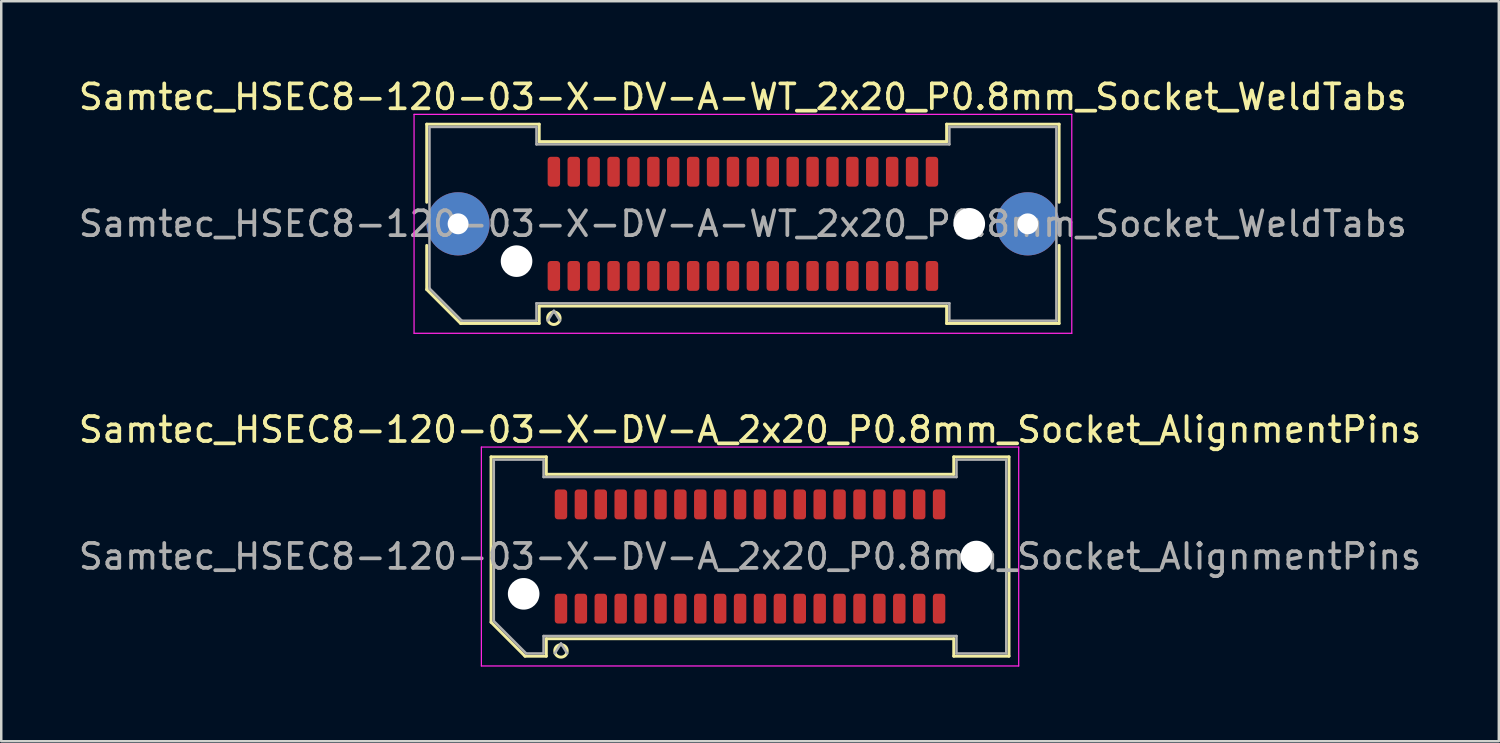
<source format=kicad_pcb>
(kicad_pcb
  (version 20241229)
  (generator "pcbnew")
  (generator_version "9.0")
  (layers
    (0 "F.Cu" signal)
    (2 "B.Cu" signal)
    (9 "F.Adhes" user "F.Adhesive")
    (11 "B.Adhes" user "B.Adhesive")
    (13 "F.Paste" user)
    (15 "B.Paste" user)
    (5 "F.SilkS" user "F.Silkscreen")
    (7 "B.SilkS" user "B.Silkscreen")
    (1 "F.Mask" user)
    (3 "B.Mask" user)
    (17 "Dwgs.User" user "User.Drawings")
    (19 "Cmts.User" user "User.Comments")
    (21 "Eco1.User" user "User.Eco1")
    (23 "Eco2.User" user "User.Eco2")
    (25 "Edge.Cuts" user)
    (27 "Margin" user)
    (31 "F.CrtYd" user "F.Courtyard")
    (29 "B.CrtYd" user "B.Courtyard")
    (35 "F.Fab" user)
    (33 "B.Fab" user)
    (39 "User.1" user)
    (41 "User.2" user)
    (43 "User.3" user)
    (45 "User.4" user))
  (footprint "Samtec_HSEC8-120-03-X-DV-A-WT_2x20_P0.8mm_Socket_WeldTabs"
    (layer "F.Cu")
    (at 26.815 5.948)
    (property "Reference" "Samtec_HSEC8-120-03-X-DV-A-WT_2x20_P0.8mm_Socket_WeldTabs" (at 0 -5.1 0) (layer "F.SilkS") (effects (font (size 1 1) (thickness 0.15))))
    (attr smd)
    (fp_line (start -12.71 -4.005) (end -8.19 -4.005) (stroke (width 0.12) (type solid)) (layer "F.SilkS"))
    (fp_line (start -12.71 -0.868) (end -12.71 -4.005) (stroke (width 0.12) (type solid)) (layer "F.SilkS"))
    (fp_line (start -12.71 2.641) (end -12.71 0.868) (stroke (width 0.12) (type solid)) (layer "F.SilkS"))
    (fp_line (start -11.346 4.005) (end -12.71 2.641) (stroke (width 0.12) (type solid)) (layer "F.SilkS"))
    (fp_line (start -8.19 -4.005) (end -8.19 -3.305) (stroke (width 0.12) (type solid)) (layer "F.SilkS"))
    (fp_line (start -8.19 -3.305) (end 8.19 -3.305) (stroke (width 0.12) (type solid)) (layer "F.SilkS"))
    (fp_line (start -8.19 3.305) (end -8.19 4.005) (stroke (width 0.12) (type solid)) (layer "F.SilkS"))
    (fp_line (start -8.19 4.005) (end -11.346 4.005) (stroke (width 0.12) (type solid)) (layer "F.SilkS"))
    (fp_line (start 8.19 -4.005) (end 12.71 -4.005) (stroke (width 0.12) (type solid)) (layer "F.SilkS"))
    (fp_line (start 8.19 -3.305) (end 8.19 -4.005) (stroke (width 0.12) (type solid)) (layer "F.SilkS"))
    (fp_line (start 8.19 3.305) (end -8.19 3.305) (stroke (width 0.12) (type solid)) (layer "F.SilkS"))
    (fp_line (start 8.19 4.005) (end 8.19 3.305) (stroke (width 0.12) (type solid)) (layer "F.SilkS"))
    (fp_line (start 12.71 -4.005) (end 12.71 -0.868) (stroke (width 0.12) (type solid)) (layer "F.SilkS"))
    (fp_line (start 12.71 0.868) (end 12.71 4.005) (stroke (width 0.12) (type solid)) (layer "F.SilkS"))
    (fp_line (start 12.71 4.005) (end 8.19 4.005) (stroke (width 0.12) (type solid)) (layer "F.SilkS"))
    (fp_arc (start -7.35 3.795) (mid -7.85 3.795) (end -7.35 3.795) (stroke (width 0.12) (type solid)) (layer "F.SilkS"))
    (fp_line (start -13.22 -4.4) (end -13.22 4.4) (stroke (width 0.05) (type solid)) (layer "F.CrtYd"))
    (fp_line (start -13.22 4.4) (end 13.22 4.4) (stroke (width 0.05) (type solid)) (layer "F.CrtYd"))
    (fp_line (start 13.22 -4.4) (end -13.22 -4.4) (stroke (width 0.05) (type solid)) (layer "F.CrtYd"))
    (fp_line (start 13.22 4.4) (end 13.22 -4.4) (stroke (width 0.05) (type solid)) (layer "F.CrtYd"))
    (fp_line (start -12.6 -3.895) (end -8.3 -3.895) (stroke (width 0.1) (type solid)) (layer "F.Fab"))
    (fp_line (start -12.6 2.595) (end -12.6 -3.895) (stroke (width 0.1) (type solid)) (layer "F.Fab"))
    (fp_line (start -11.3 3.895) (end -12.6 2.595) (stroke (width 0.1) (type solid)) (layer "F.Fab"))
    (fp_line (start -8.3 -3.895) (end -8.3 -3.195) (stroke (width 0.1) (type solid)) (layer "F.Fab"))
    (fp_line (start -8.3 -3.195) (end 8.3 -3.195) (stroke (width 0.1) (type solid)) (layer "F.Fab"))
    (fp_line (start -8.3 3.195) (end -8.3 3.895) (stroke (width 0.1) (type solid)) (layer "F.Fab"))
    (fp_line (start -8.3 3.895) (end -11.3 3.895) (stroke (width 0.1) (type solid)) (layer "F.Fab"))
    (fp_line (start -7.6 3.495) (end -7.85 3.895) (stroke (width 0.1) (type solid)) (layer "F.Fab"))
    (fp_line (start -7.6 3.495) (end -7.35 3.895) (stroke (width 0.1) (type solid)) (layer "F.Fab"))
    (fp_line (start 8.3 -3.895) (end 12.6 -3.895) (stroke (width 0.1) (type solid)) (layer "F.Fab"))
    (fp_line (start 8.3 -3.195) (end 8.3 -3.895) (stroke (width 0.1) (type solid)) (layer "F.Fab"))
    (fp_line (start 8.3 3.195) (end -8.3 3.195) (stroke (width 0.1) (type solid)) (layer "F.Fab"))
    (fp_line (start 8.3 3.895) (end 8.3 3.195) (stroke (width 0.1) (type solid)) (layer "F.Fab"))
    (fp_line (start 12.6 -3.895) (end 12.6 3.895) (stroke (width 0.1) (type solid)) (layer "F.Fab"))
    (fp_line (start 12.6 3.895) (end 8.3 3.895) (stroke (width 0.1) (type solid)) (layer "F.Fab"))
    (fp_text user "${REFERENCE}" (at 0 0 0) (layer "F.Fab") (effects (font (size 1 1) (thickness 0.15))))
    (pad "" thru_hole circle (at -11.45 0) (size 2.54 2.54) (drill 0.84) (layers "*.Cu" "*.Mask" "F.Paste"))
    (pad "" np_thru_hole circle (at -9.1 1.5) (size 1.27 1.27) (drill 1.27) (layers "*.Cu" "*.Mask"))
    (pad "" np_thru_hole circle (at 9.1 0) (size 1.27 1.27) (drill 1.27) (layers "*.Cu" "*.Mask"))
    (pad "" thru_hole circle (at 11.45 0) (size 2.54 2.54) (drill 0.84) (layers "*.Cu" "*.Mask" "F.Paste"))
    (pad "1" smd roundrect (at -7.6 2.095) (size 0.5 1.2) (layers "F.Cu" "F.Mask" "F.Paste") (roundrect_rratio 0.25))
    (pad "2" smd roundrect (at -7.6 -2.095) (size 0.5 1.2) (layers "F.Cu" "F.Mask" "F.Paste") (roundrect_rratio 0.25))
    (pad "3" smd roundrect (at -6.8 2.095) (size 0.5 1.2) (layers "F.Cu" "F.Mask" "F.Paste") (roundrect_rratio 0.25))
    (pad "4" smd roundrect (at -6.8 -2.095) (size 0.5 1.2) (layers "F.Cu" "F.Mask" "F.Paste") (roundrect_rratio 0.25))
    (pad "5" smd roundrect (at -6 2.095) (size 0.5 1.2) (layers "F.Cu" "F.Mask" "F.Paste") (roundrect_rratio 0.25))
    (pad "6" smd roundrect (at -6 -2.095) (size 0.5 1.2) (layers "F.Cu" "F.Mask" "F.Paste") (roundrect_rratio 0.25))
    (pad "7" smd roundrect (at -5.2 2.095) (size 0.5 1.2) (layers "F.Cu" "F.Mask" "F.Paste") (roundrect_rratio 0.25))
    (pad "8" smd roundrect (at -5.2 -2.095) (size 0.5 1.2) (layers "F.Cu" "F.Mask" "F.Paste") (roundrect_rratio 0.25))
    (pad "9" smd roundrect (at -4.4 2.095) (size 0.5 1.2) (layers "F.Cu" "F.Mask" "F.Paste") (roundrect_rratio 0.25))
    (pad "10" smd roundrect (at -4.4 -2.095) (size 0.5 1.2) (layers "F.Cu" "F.Mask" "F.Paste") (roundrect_rratio 0.25))
    (pad "11" smd roundrect (at -3.6 2.095) (size 0.5 1.2) (layers "F.Cu" "F.Mask" "F.Paste") (roundrect_rratio 0.25))
    (pad "12" smd roundrect (at -3.6 -2.095) (size 0.5 1.2) (layers "F.Cu" "F.Mask" "F.Paste") (roundrect_rratio 0.25))
    (pad "13" smd roundrect (at -2.8 2.095) (size 0.5 1.2) (layers "F.Cu" "F.Mask" "F.Paste") (roundrect_rratio 0.25))
    (pad "14" smd roundrect (at -2.8 -2.095) (size 0.5 1.2) (layers "F.Cu" "F.Mask" "F.Paste") (roundrect_rratio 0.25))
    (pad "15" smd roundrect (at -2 2.095) (size 0.5 1.2) (layers "F.Cu" "F.Mask" "F.Paste") (roundrect_rratio 0.25))
    (pad "16" smd roundrect (at -2 -2.095) (size 0.5 1.2) (layers "F.Cu" "F.Mask" "F.Paste") (roundrect_rratio 0.25))
    (pad "17" smd roundrect (at -1.2 2.095) (size 0.5 1.2) (layers "F.Cu" "F.Mask" "F.Paste") (roundrect_rratio 0.25))
    (pad "18" smd roundrect (at -1.2 -2.095) (size 0.5 1.2) (layers "F.Cu" "F.Mask" "F.Paste") (roundrect_rratio 0.25))
    (pad "19" smd roundrect (at -0.4 2.095) (size 0.5 1.2) (layers "F.Cu" "F.Mask" "F.Paste") (roundrect_rratio 0.25))
    (pad "20" smd roundrect (at -0.4 -2.095) (size 0.5 1.2) (layers "F.Cu" "F.Mask" "F.Paste") (roundrect_rratio 0.25))
    (pad "21" smd roundrect (at 0.4 2.095) (size 0.5 1.2) (layers "F.Cu" "F.Mask" "F.Paste") (roundrect_rratio 0.25))
    (pad "22" smd roundrect (at 0.4 -2.095) (size 0.5 1.2) (layers "F.Cu" "F.Mask" "F.Paste") (roundrect_rratio 0.25))
    (pad "23" smd roundrect (at 1.2 2.095) (size 0.5 1.2) (layers "F.Cu" "F.Mask" "F.Paste") (roundrect_rratio 0.25))
    (pad "24" smd roundrect (at 1.2 -2.095) (size 0.5 1.2) (layers "F.Cu" "F.Mask" "F.Paste") (roundrect_rratio 0.25))
    (pad "25" smd roundrect (at 2 2.095) (size 0.5 1.2) (layers "F.Cu" "F.Mask" "F.Paste") (roundrect_rratio 0.25))
    (pad "26" smd roundrect (at 2 -2.095) (size 0.5 1.2) (layers "F.Cu" "F.Mask" "F.Paste") (roundrect_rratio 0.25))
    (pad "27" smd roundrect (at 2.8 2.095) (size 0.5 1.2) (layers "F.Cu" "F.Mask" "F.Paste") (roundrect_rratio 0.25))
    (pad "28" smd roundrect (at 2.8 -2.095) (size 0.5 1.2) (layers "F.Cu" "F.Mask" "F.Paste") (roundrect_rratio 0.25))
    (pad "29" smd roundrect (at 3.6 2.095) (size 0.5 1.2) (layers "F.Cu" "F.Mask" "F.Paste") (roundrect_rratio 0.25))
    (pad "30" smd roundrect (at 3.6 -2.095) (size 0.5 1.2) (layers "F.Cu" "F.Mask" "F.Paste") (roundrect_rratio 0.25))
    (pad "31" smd roundrect (at 4.4 2.095) (size 0.5 1.2) (layers "F.Cu" "F.Mask" "F.Paste") (roundrect_rratio 0.25))
    (pad "32" smd roundrect (at 4.4 -2.095) (size 0.5 1.2) (layers "F.Cu" "F.Mask" "F.Paste") (roundrect_rratio 0.25))
    (pad "33" smd roundrect (at 5.2 2.095) (size 0.5 1.2) (layers "F.Cu" "F.Mask" "F.Paste") (roundrect_rratio 0.25))
    (pad "34" smd roundrect (at 5.2 -2.095) (size 0.5 1.2) (layers "F.Cu" "F.Mask" "F.Paste") (roundrect_rratio 0.25))
    (pad "35" smd roundrect (at 6 2.095) (size 0.5 1.2) (layers "F.Cu" "F.Mask" "F.Paste") (roundrect_rratio 0.25))
    (pad "36" smd roundrect (at 6 -2.095) (size 0.5 1.2) (layers "F.Cu" "F.Mask" "F.Paste") (roundrect_rratio 0.25))
    (pad "37" smd roundrect (at 6.8 2.095) (size 0.5 1.2) (layers "F.Cu" "F.Mask" "F.Paste") (roundrect_rratio 0.25))
    (pad "38" smd roundrect (at 6.8 -2.095) (size 0.5 1.2) (layers "F.Cu" "F.Mask" "F.Paste") (roundrect_rratio 0.25))
    (pad "39" smd roundrect (at 7.6 2.095) (size 0.5 1.2) (layers "F.Cu" "F.Mask" "F.Paste") (roundrect_rratio 0.25))
    (pad "40" smd roundrect (at 7.6 -2.095) (size 0.5 1.2) (layers "F.Cu" "F.Mask" "F.Paste") (roundrect_rratio 0.25)))
  (footprint "Samtec_HSEC8-120-03-X-DV-A_2x20_P0.8mm_Socket_AlignmentPins"
    (layer "F.Cu")
    (at 27.101 19.322)
    (property "Reference" "Samtec_HSEC8-120-03-X-DV-A_2x20_P0.8mm_Socket_AlignmentPins" (at 0 -5.1 0) (layer "F.SilkS") (effects (font (size 1 1) (thickness 0.15))))
    (attr smd)
    (fp_line (start -10.41 -4.005) (end -8.19 -4.005) (stroke (width 0.12) (type solid)) (layer "F.SilkS"))
    (fp_line (start -10.41 2.641) (end -10.41 -4.005) (stroke (width 0.12) (type solid)) (layer "F.SilkS"))
    (fp_line (start -9.046 4.005) (end -10.41 2.641) (stroke (width 0.12) (type solid)) (layer "F.SilkS"))
    (fp_line (start -8.19 -4.005) (end -8.19 -3.305) (stroke (width 0.12) (type solid)) (layer "F.SilkS"))
    (fp_line (start -8.19 -3.305) (end 8.19 -3.305) (stroke (width 0.12) (type solid)) (layer "F.SilkS"))
    (fp_line (start -8.19 3.305) (end -8.19 4.005) (stroke (width 0.12) (type solid)) (layer "F.SilkS"))
    (fp_line (start -8.19 4.005) (end -9.046 4.005) (stroke (width 0.12) (type solid)) (layer "F.SilkS"))
    (fp_line (start 8.19 -4.005) (end 10.41 -4.005) (stroke (width 0.12) (type solid)) (layer "F.SilkS"))
    (fp_line (start 8.19 -3.305) (end 8.19 -4.005) (stroke (width 0.12) (type solid)) (layer "F.SilkS"))
    (fp_line (start 8.19 3.305) (end -8.19 3.305) (stroke (width 0.12) (type solid)) (layer "F.SilkS"))
    (fp_line (start 8.19 4.005) (end 8.19 3.305) (stroke (width 0.12) (type solid)) (layer "F.SilkS"))
    (fp_line (start 10.41 -4.005) (end 10.41 4.005) (stroke (width 0.12) (type solid)) (layer "F.SilkS"))
    (fp_line (start 10.41 4.005) (end 8.19 4.005) (stroke (width 0.12) (type solid)) (layer "F.SilkS"))
    (fp_arc (start -7.35 3.795) (mid -7.85 3.795) (end -7.35 3.795) (stroke (width 0.12) (type solid)) (layer "F.SilkS"))
    (fp_line (start -10.8 -4.4) (end -10.8 4.4) (stroke (width 0.05) (type solid)) (layer "F.CrtYd"))
    (fp_line (start -10.8 4.4) (end 10.8 4.4) (stroke (width 0.05) (type solid)) (layer "F.CrtYd"))
    (fp_line (start 10.8 -4.4) (end -10.8 -4.4) (stroke (width 0.05) (type solid)) (layer "F.CrtYd"))
    (fp_line (start 10.8 4.4) (end 10.8 -4.4) (stroke (width 0.05) (type solid)) (layer "F.CrtYd"))
    (fp_line (start -10.3 -3.895) (end -8.3 -3.895) (stroke (width 0.1) (type solid)) (layer "F.Fab"))
    (fp_line (start -10.3 2.595) (end -10.3 -3.895) (stroke (width 0.1) (type solid)) (layer "F.Fab"))
    (fp_line (start -9 3.895) (end -10.3 2.595) (stroke (width 0.1) (type solid)) (layer "F.Fab"))
    (fp_line (start -8.3 -3.895) (end -8.3 -3.195) (stroke (width 0.1) (type solid)) (layer "F.Fab"))
    (fp_line (start -8.3 -3.195) (end 8.3 -3.195) (stroke (width 0.1) (type solid)) (layer "F.Fab"))
    (fp_line (start -8.3 3.195) (end -8.3 3.895) (stroke (width 0.1) (type solid)) (layer "F.Fab"))
    (fp_line (start -8.3 3.895) (end -9 3.895) (stroke (width 0.1) (type solid)) (layer "F.Fab"))
    (fp_line (start -7.6 3.495) (end -7.85 3.895) (stroke (width 0.1) (type solid)) (layer "F.Fab"))
    (fp_line (start -7.6 3.495) (end -7.35 3.895) (stroke (width 0.1) (type solid)) (layer "F.Fab"))
    (fp_line (start 8.3 -3.895) (end 10.3 -3.895) (stroke (width 0.1) (type solid)) (layer "F.Fab"))
    (fp_line (start 8.3 -3.195) (end 8.3 -3.895) (stroke (width 0.1) (type solid)) (layer "F.Fab"))
    (fp_line (start 8.3 3.195) (end -8.3 3.195) (stroke (width 0.1) (type solid)) (layer "F.Fab"))
    (fp_line (start 8.3 3.895) (end 8.3 3.195) (stroke (width 0.1) (type solid)) (layer "F.Fab"))
    (fp_line (start 10.3 -3.895) (end 10.3 3.895) (stroke (width 0.1) (type solid)) (layer "F.Fab"))
    (fp_line (start 10.3 3.895) (end 8.3 3.895) (stroke (width 0.1) (type solid)) (layer "F.Fab"))
    (fp_text user "${REFERENCE}" (at 0 0 0) (layer "F.Fab") (effects (font (size 1 1) (thickness 0.15))))
    (pad "" np_thru_hole circle (at -9.1 1.5) (size 1.27 1.27) (drill 1.27) (layers "*.Cu" "*.Mask"))
    (pad "" np_thru_hole circle (at 9.1 0) (size 1.27 1.27) (drill 1.27) (layers "*.Cu" "*.Mask"))
    (pad "1" smd roundrect (at -7.6 2.095) (size 0.5 1.2) (layers "F.Cu" "F.Mask" "F.Paste") (roundrect_rratio 0.25))
    (pad "2" smd roundrect (at -7.6 -2.095) (size 0.5 1.2) (layers "F.Cu" "F.Mask" "F.Paste") (roundrect_rratio 0.25))
    (pad "3" smd roundrect (at -6.8 2.095) (size 0.5 1.2) (layers "F.Cu" "F.Mask" "F.Paste") (roundrect_rratio 0.25))
    (pad "4" smd roundrect (at -6.8 -2.095) (size 0.5 1.2) (layers "F.Cu" "F.Mask" "F.Paste") (roundrect_rratio 0.25))
    (pad "5" smd roundrect (at -6 2.095) (size 0.5 1.2) (layers "F.Cu" "F.Mask" "F.Paste") (roundrect_rratio 0.25))
    (pad "6" smd roundrect (at -6 -2.095) (size 0.5 1.2) (layers "F.Cu" "F.Mask" "F.Paste") (roundrect_rratio 0.25))
    (pad "7" smd roundrect (at -5.2 2.095) (size 0.5 1.2) (layers "F.Cu" "F.Mask" "F.Paste") (roundrect_rratio 0.25))
    (pad "8" smd roundrect (at -5.2 -2.095) (size 0.5 1.2) (layers "F.Cu" "F.Mask" "F.Paste") (roundrect_rratio 0.25))
    (pad "9" smd roundrect (at -4.4 2.095) (size 0.5 1.2) (layers "F.Cu" "F.Mask" "F.Paste") (roundrect_rratio 0.25))
    (pad "10" smd roundrect (at -4.4 -2.095) (size 0.5 1.2) (layers "F.Cu" "F.Mask" "F.Paste") (roundrect_rratio 0.25))
    (pad "11" smd roundrect (at -3.6 2.095) (size 0.5 1.2) (layers "F.Cu" "F.Mask" "F.Paste") (roundrect_rratio 0.25))
    (pad "12" smd roundrect (at -3.6 -2.095) (size 0.5 1.2) (layers "F.Cu" "F.Mask" "F.Paste") (roundrect_rratio 0.25))
    (pad "13" smd roundrect (at -2.8 2.095) (size 0.5 1.2) (layers "F.Cu" "F.Mask" "F.Paste") (roundrect_rratio 0.25))
    (pad "14" smd roundrect (at -2.8 -2.095) (size 0.5 1.2) (layers "F.Cu" "F.Mask" "F.Paste") (roundrect_rratio 0.25))
    (pad "15" smd roundrect (at -2 2.095) (size 0.5 1.2) (layers "F.Cu" "F.Mask" "F.Paste") (roundrect_rratio 0.25))
    (pad "16" smd roundrect (at -2 -2.095) (size 0.5 1.2) (layers "F.Cu" "F.Mask" "F.Paste") (roundrect_rratio 0.25))
    (pad "17" smd roundrect (at -1.2 2.095) (size 0.5 1.2) (layers "F.Cu" "F.Mask" "F.Paste") (roundrect_rratio 0.25))
    (pad "18" smd roundrect (at -1.2 -2.095) (size 0.5 1.2) (layers "F.Cu" "F.Mask" "F.Paste") (roundrect_rratio 0.25))
    (pad "19" smd roundrect (at -0.4 2.095) (size 0.5 1.2) (layers "F.Cu" "F.Mask" "F.Paste") (roundrect_rratio 0.25))
    (pad "20" smd roundrect (at -0.4 -2.095) (size 0.5 1.2) (layers "F.Cu" "F.Mask" "F.Paste") (roundrect_rratio 0.25))
    (pad "21" smd roundrect (at 0.4 2.095) (size 0.5 1.2) (layers "F.Cu" "F.Mask" "F.Paste") (roundrect_rratio 0.25))
    (pad "22" smd roundrect (at 0.4 -2.095) (size 0.5 1.2) (layers "F.Cu" "F.Mask" "F.Paste") (roundrect_rratio 0.25))
    (pad "23" smd roundrect (at 1.2 2.095) (size 0.5 1.2) (layers "F.Cu" "F.Mask" "F.Paste") (roundrect_rratio 0.25))
    (pad "24" smd roundrect (at 1.2 -2.095) (size 0.5 1.2) (layers "F.Cu" "F.Mask" "F.Paste") (roundrect_rratio 0.25))
    (pad "25" smd roundrect (at 2 2.095) (size 0.5 1.2) (layers "F.Cu" "F.Mask" "F.Paste") (roundrect_rratio 0.25))
    (pad "26" smd roundrect (at 2 -2.095) (size 0.5 1.2) (layers "F.Cu" "F.Mask" "F.Paste") (roundrect_rratio 0.25))
    (pad "27" smd roundrect (at 2.8 2.095) (size 0.5 1.2) (layers "F.Cu" "F.Mask" "F.Paste") (roundrect_rratio 0.25))
    (pad "28" smd roundrect (at 2.8 -2.095) (size 0.5 1.2) (layers "F.Cu" "F.Mask" "F.Paste") (roundrect_rratio 0.25))
    (pad "29" smd roundrect (at 3.6 2.095) (size 0.5 1.2) (layers "F.Cu" "F.Mask" "F.Paste") (roundrect_rratio 0.25))
    (pad "30" smd roundrect (at 3.6 -2.095) (size 0.5 1.2) (layers "F.Cu" "F.Mask" "F.Paste") (roundrect_rratio 0.25))
    (pad "31" smd roundrect (at 4.4 2.095) (size 0.5 1.2) (layers "F.Cu" "F.Mask" "F.Paste") (roundrect_rratio 0.25))
    (pad "32" smd roundrect (at 4.4 -2.095) (size 0.5 1.2) (layers "F.Cu" "F.Mask" "F.Paste") (roundrect_rratio 0.25))
    (pad "33" smd roundrect (at 5.2 2.095) (size 0.5 1.2) (layers "F.Cu" "F.Mask" "F.Paste") (roundrect_rratio 0.25))
    (pad "34" smd roundrect (at 5.2 -2.095) (size 0.5 1.2) (layers "F.Cu" "F.Mask" "F.Paste") (roundrect_rratio 0.25))
    (pad "35" smd roundrect (at 6 2.095) (size 0.5 1.2) (layers "F.Cu" "F.Mask" "F.Paste") (roundrect_rratio 0.25))
    (pad "36" smd roundrect (at 6 -2.095) (size 0.5 1.2) (layers "F.Cu" "F.Mask" "F.Paste") (roundrect_rratio 0.25))
    (pad "37" smd roundrect (at 6.8 2.095) (size 0.5 1.2) (layers "F.Cu" "F.Mask" "F.Paste") (roundrect_rratio 0.25))
    (pad "38" smd roundrect (at 6.8 -2.095) (size 0.5 1.2) (layers "F.Cu" "F.Mask" "F.Paste") (roundrect_rratio 0.25))
    (pad "39" smd roundrect (at 7.6 2.095) (size 0.5 1.2) (layers "F.Cu" "F.Mask" "F.Paste") (roundrect_rratio 0.25))
    (pad "40" smd roundrect (at 7.6 -2.095) (size 0.5 1.2) (layers "F.Cu" "F.Mask" "F.Paste") (roundrect_rratio 0.25)))
  (gr_rect
    (start -3 -3)
    (end 57.202 26.747)
    (stroke (width 0.1) (type default))
    (fill no)
    (layer "Edge.Cuts")))
</source>
